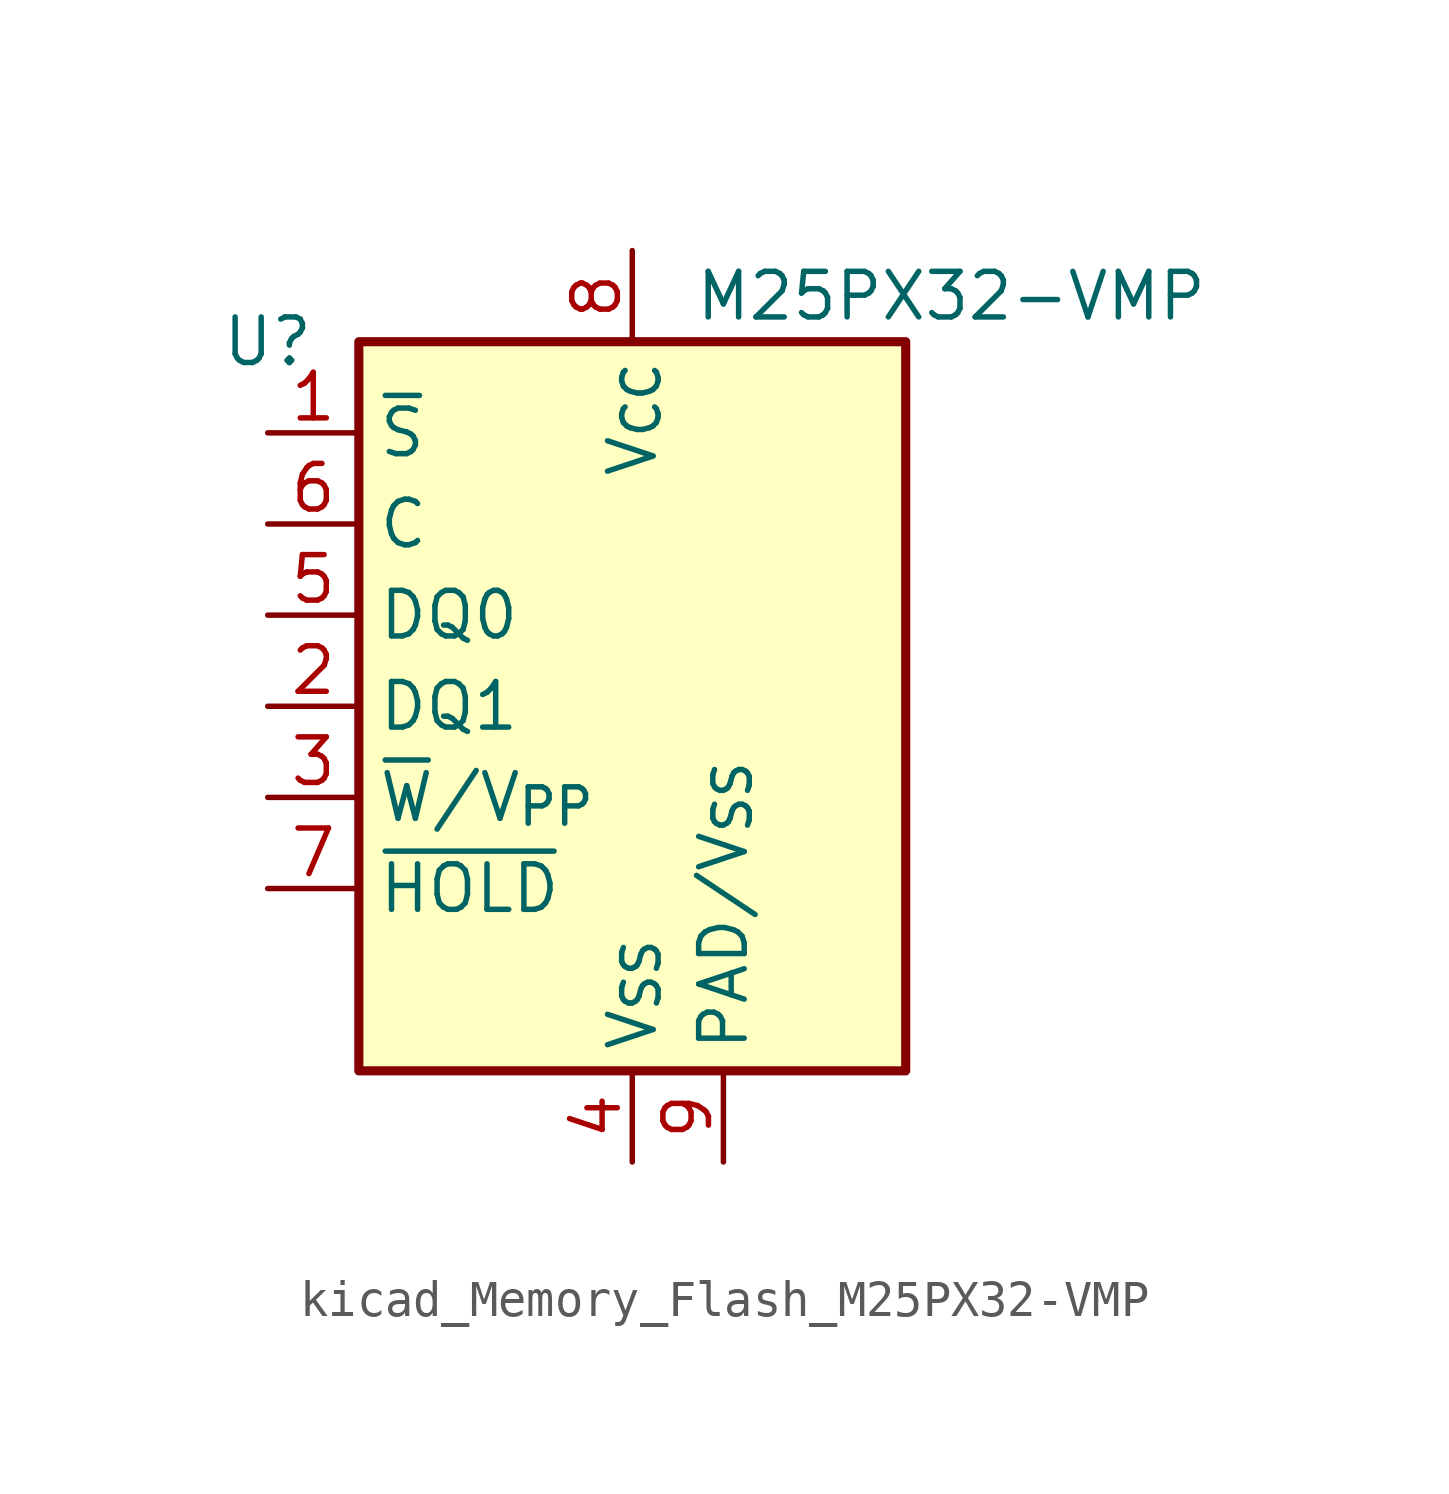
<source format=kicad_sym>
(kicad_symbol_lib
  (version 20220914)
  (generator kicad_symbol_editor)
  (symbol "kicad_Memory_Flash_M25PX32-VMP"
    (property "Reference" "U"
      (at -10.16 10.16 0)
      (effects (font (size 1.27 1.27))))
    (property "Value" "M25PX32-VMP"
      (at 8.89 11.43 0)
      (effects (font (size 1.27 1.27))))
    (symbol "kicad_Memory_Flash_M25PX32-VMP_0_1"
      (rectangle (start -7.62 10.16) (end 7.62 -10.16) (stroke (width 0.254) (type default)) (fill (type background))))
    (symbol "kicad_Memory_Flash_M25PX32-VMP_1_1"
      (pin input line (at -10.16 7.62 0) (length 2.54) (name "~{S}" (effects (font (size 1.27 1.27)))) (number "1" (effects (font (size 1.27 1.27)))))
      (pin bidirectional line (at -10.16 0 0) (length 2.54) (name "DQ1" (effects (font (size 1.27 1.27)))) (number "2" (effects (font (size 1.27 1.27)))))
      (pin input line (at -10.16 -2.54 0) (length 2.54) (name "~{W}/V_{PP}" (effects (font (size 1.27 1.27)))) (number "3" (effects (font (size 1.27 1.27)))))
      (pin power_in line (at 0 -12.7 90) (length 2.54) (name "V_{SS}" (effects (font (size 1.27 1.27)))) (number "4" (effects (font (size 1.27 1.27)))))
      (pin bidirectional line (at -10.16 2.54 0) (length 2.54) (name "DQ0" (effects (font (size 1.27 1.27)))) (number "5" (effects (font (size 1.27 1.27)))))
      (pin input line (at -10.16 5.08 0) (length 2.54) (name "C" (effects (font (size 1.27 1.27)))) (number "6" (effects (font (size 1.27 1.27)))))
      (pin input line (at -10.16 -5.08 0) (length 2.54) (name "~{HOLD}" (effects (font (size 1.27 1.27)))) (number "7" (effects (font (size 1.27 1.27)))))
      (pin power_in line (at 0 12.7 270) (length 2.54) (name "V_{CC}" (effects (font (size 1.27 1.27)))) (number "8" (effects (font (size 1.27 1.27)))))
      (pin power_in line (at 2.54 -12.7 90) (length 2.54) (name "PAD/V_{SS}" (effects (font (size 1.27 1.27)))) (number "9" (effects (font (size 1.27 1.27))))))))
</source>
